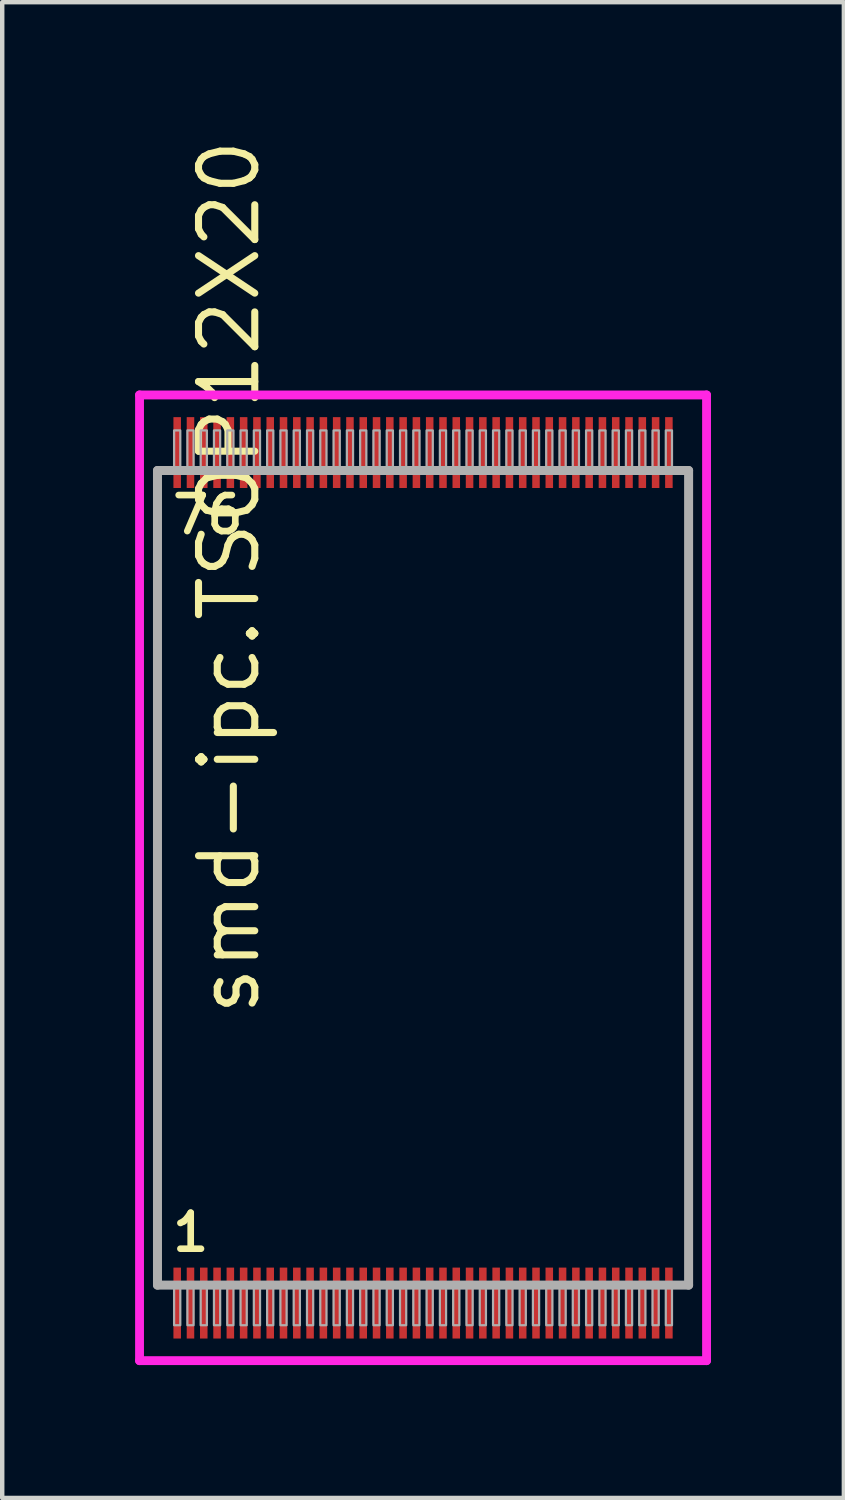
<source format=kicad_pcb>
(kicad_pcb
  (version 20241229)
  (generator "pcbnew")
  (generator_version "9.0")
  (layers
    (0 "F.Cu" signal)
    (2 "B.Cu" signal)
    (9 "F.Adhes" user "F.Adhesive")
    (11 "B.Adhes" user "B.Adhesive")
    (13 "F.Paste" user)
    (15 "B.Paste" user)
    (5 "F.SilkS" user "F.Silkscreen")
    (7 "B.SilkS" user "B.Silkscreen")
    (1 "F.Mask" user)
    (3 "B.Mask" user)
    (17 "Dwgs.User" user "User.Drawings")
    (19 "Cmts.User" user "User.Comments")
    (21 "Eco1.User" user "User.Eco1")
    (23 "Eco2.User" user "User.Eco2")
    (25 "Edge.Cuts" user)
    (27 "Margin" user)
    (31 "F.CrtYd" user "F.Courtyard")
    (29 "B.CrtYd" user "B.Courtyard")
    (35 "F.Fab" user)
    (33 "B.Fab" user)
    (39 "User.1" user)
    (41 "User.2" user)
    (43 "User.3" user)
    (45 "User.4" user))
  (footprint "smd-ipc.TSOP12X20"
    (layer "F.Cu")
    (at 6.5 16.766)
    (property "Reference" "smd-ipc.TSOP12X20" (at -3.635 3.175 90) (layer "F.SilkS") (effects (font (size 1.27 1.27) (thickness 0.16)) (justify left bottom)))
    (attr smd)
    (fp_line (start -6.4 -10.9) (end 6.4 -10.9) (stroke (width 0.2) (type default)) (layer "F.CrtYd"))
    (fp_line (start -6.4 10.9) (end -6.4 -10.9) (stroke (width 0.2) (type default)) (layer "F.CrtYd"))
    (fp_line (start 6.4 -10.9) (end 6.4 10.9) (stroke (width 0.2) (type default)) (layer "F.CrtYd"))
    (fp_line (start 6.4 10.9) (end -6.4 10.9) (stroke (width 0.2) (type default)) (layer "F.CrtYd"))
    (fp_line (start -5.995 -9.195) (end 5.995 -9.195) (stroke (width 0.203) (type default)) (layer "F.Fab"))
    (fp_line (start -5.995 9.195) (end -5.995 -9.195) (stroke (width 0.203) (type default)) (layer "F.Fab"))
    (fp_line (start 5.995 -9.195) (end 5.995 9.195) (stroke (width 0.203) (type default)) (layer "F.Fab"))
    (fp_line (start 5.995 9.195) (end -5.995 9.195) (stroke (width 0.203) (type default)) (layer "F.Fab"))
    (fp_rect (start -5.62 -9.25) (end -5.48 -10.1) (stroke (width 0.05) (type default)) (fill no) (layer "F.Fab"))
    (fp_rect (start -5.62 10.1) (end -5.48 9.25) (stroke (width 0.05) (type default)) (fill no) (layer "F.Fab"))
    (fp_rect (start -5.32 -9.25) (end -5.18 -10.1) (stroke (width 0.05) (type default)) (fill no) (layer "F.Fab"))
    (fp_rect (start -5.32 10.1) (end -5.18 9.25) (stroke (width 0.05) (type default)) (fill no) (layer "F.Fab"))
    (fp_rect (start -5.02 -9.25) (end -4.88 -10.1) (stroke (width 0.05) (type default)) (fill no) (layer "F.Fab"))
    (fp_rect (start -5.02 10.1) (end -4.88 9.25) (stroke (width 0.05) (type default)) (fill no) (layer "F.Fab"))
    (fp_rect (start -4.72 -9.25) (end -4.58 -10.1) (stroke (width 0.05) (type default)) (fill no) (layer "F.Fab"))
    (fp_rect (start -4.72 10.1) (end -4.58 9.25) (stroke (width 0.05) (type default)) (fill no) (layer "F.Fab"))
    (fp_rect (start -4.42 -9.25) (end -4.28 -10.1) (stroke (width 0.05) (type default)) (fill no) (layer "F.Fab"))
    (fp_rect (start -4.42 10.1) (end -4.28 9.25) (stroke (width 0.05) (type default)) (fill no) (layer "F.Fab"))
    (fp_rect (start -4.12 -9.25) (end -3.98 -10.1) (stroke (width 0.05) (type default)) (fill no) (layer "F.Fab"))
    (fp_rect (start -4.12 10.1) (end -3.98 9.25) (stroke (width 0.05) (type default)) (fill no) (layer "F.Fab"))
    (fp_rect (start -3.82 -9.25) (end -3.68 -10.1) (stroke (width 0.05) (type default)) (fill no) (layer "F.Fab"))
    (fp_rect (start -3.82 10.1) (end -3.68 9.25) (stroke (width 0.05) (type default)) (fill no) (layer "F.Fab"))
    (fp_rect (start -3.52 -9.25) (end -3.38 -10.1) (stroke (width 0.05) (type default)) (fill no) (layer "F.Fab"))
    (fp_rect (start -3.52 10.1) (end -3.38 9.25) (stroke (width 0.05) (type default)) (fill no) (layer "F.Fab"))
    (fp_rect (start -3.22 -9.25) (end -3.08 -10.1) (stroke (width 0.05) (type default)) (fill no) (layer "F.Fab"))
    (fp_rect (start -3.22 10.1) (end -3.08 9.25) (stroke (width 0.05) (type default)) (fill no) (layer "F.Fab"))
    (fp_rect (start -2.92 -9.25) (end -2.78 -10.1) (stroke (width 0.05) (type default)) (fill no) (layer "F.Fab"))
    (fp_rect (start -2.92 10.1) (end -2.78 9.25) (stroke (width 0.05) (type default)) (fill no) (layer "F.Fab"))
    (fp_rect (start -2.62 -9.25) (end -2.48 -10.1) (stroke (width 0.05) (type default)) (fill no) (layer "F.Fab"))
    (fp_rect (start -2.62 10.1) (end -2.48 9.25) (stroke (width 0.05) (type default)) (fill no) (layer "F.Fab"))
    (fp_rect (start -2.32 -9.25) (end -2.18 -10.1) (stroke (width 0.05) (type default)) (fill no) (layer "F.Fab"))
    (fp_rect (start -2.32 10.1) (end -2.18 9.25) (stroke (width 0.05) (type default)) (fill no) (layer "F.Fab"))
    (fp_rect (start -2.02 -9.25) (end -1.88 -10.1) (stroke (width 0.05) (type default)) (fill no) (layer "F.Fab"))
    (fp_rect (start -2.02 10.1) (end -1.88 9.25) (stroke (width 0.05) (type default)) (fill no) (layer "F.Fab"))
    (fp_rect (start -1.72 -9.25) (end -1.58 -10.1) (stroke (width 0.05) (type default)) (fill no) (layer "F.Fab"))
    (fp_rect (start -1.72 10.1) (end -1.58 9.25) (stroke (width 0.05) (type default)) (fill no) (layer "F.Fab"))
    (fp_rect (start -1.42 -9.25) (end -1.28 -10.1) (stroke (width 0.05) (type default)) (fill no) (layer "F.Fab"))
    (fp_rect (start -1.42 10.1) (end -1.28 9.25) (stroke (width 0.05) (type default)) (fill no) (layer "F.Fab"))
    (fp_rect (start -1.12 -9.25) (end -0.98 -10.1) (stroke (width 0.05) (type default)) (fill no) (layer "F.Fab"))
    (fp_rect (start -1.12 10.1) (end -0.98 9.25) (stroke (width 0.05) (type default)) (fill no) (layer "F.Fab"))
    (fp_rect (start -0.82 -9.25) (end -0.68 -10.1) (stroke (width 0.05) (type default)) (fill no) (layer "F.Fab"))
    (fp_rect (start -0.82 10.1) (end -0.68 9.25) (stroke (width 0.05) (type default)) (fill no) (layer "F.Fab"))
    (fp_rect (start -0.52 -9.25) (end -0.38 -10.1) (stroke (width 0.05) (type default)) (fill no) (layer "F.Fab"))
    (fp_rect (start -0.52 10.1) (end -0.38 9.25) (stroke (width 0.05) (type default)) (fill no) (layer "F.Fab"))
    (fp_rect (start -0.22 -9.25) (end -0.08 -10.1) (stroke (width 0.05) (type default)) (fill no) (layer "F.Fab"))
    (fp_rect (start -0.22 10.1) (end -0.08 9.25) (stroke (width 0.05) (type default)) (fill no) (layer "F.Fab"))
    (fp_rect (start 0.08 -9.25) (end 0.22 -10.1) (stroke (width 0.05) (type default)) (fill no) (layer "F.Fab"))
    (fp_rect (start 0.08 10.1) (end 0.22 9.25) (stroke (width 0.05) (type default)) (fill no) (layer "F.Fab"))
    (fp_rect (start 0.38 -9.25) (end 0.52 -10.1) (stroke (width 0.05) (type default)) (fill no) (layer "F.Fab"))
    (fp_rect (start 0.38 10.1) (end 0.52 9.25) (stroke (width 0.05) (type default)) (fill no) (layer "F.Fab"))
    (fp_rect (start 0.68 -9.25) (end 0.82 -10.1) (stroke (width 0.05) (type default)) (fill no) (layer "F.Fab"))
    (fp_rect (start 0.68 10.1) (end 0.82 9.25) (stroke (width 0.05) (type default)) (fill no) (layer "F.Fab"))
    (fp_rect (start 0.98 -9.25) (end 1.12 -10.1) (stroke (width 0.05) (type default)) (fill no) (layer "F.Fab"))
    (fp_rect (start 0.98 10.1) (end 1.12 9.25) (stroke (width 0.05) (type default)) (fill no) (layer "F.Fab"))
    (fp_rect (start 1.28 -9.25) (end 1.42 -10.1) (stroke (width 0.05) (type default)) (fill no) (layer "F.Fab"))
    (fp_rect (start 1.28 10.1) (end 1.42 9.25) (stroke (width 0.05) (type default)) (fill no) (layer "F.Fab"))
    (fp_rect (start 1.58 -9.25) (end 1.72 -10.1) (stroke (width 0.05) (type default)) (fill no) (layer "F.Fab"))
    (fp_rect (start 1.58 10.1) (end 1.72 9.25) (stroke (width 0.05) (type default)) (fill no) (layer "F.Fab"))
    (fp_rect (start 1.88 -9.25) (end 2.02 -10.1) (stroke (width 0.05) (type default)) (fill no) (layer "F.Fab"))
    (fp_rect (start 1.88 10.1) (end 2.02 9.25) (stroke (width 0.05) (type default)) (fill no) (layer "F.Fab"))
    (fp_rect (start 2.18 -9.25) (end 2.32 -10.1) (stroke (width 0.05) (type default)) (fill no) (layer "F.Fab"))
    (fp_rect (start 2.18 10.1) (end 2.32 9.25) (stroke (width 0.05) (type default)) (fill no) (layer "F.Fab"))
    (fp_rect (start 2.48 -9.25) (end 2.62 -10.1) (stroke (width 0.05) (type default)) (fill no) (layer "F.Fab"))
    (fp_rect (start 2.48 10.1) (end 2.62 9.25) (stroke (width 0.05) (type default)) (fill no) (layer "F.Fab"))
    (fp_rect (start 2.78 -9.25) (end 2.92 -10.1) (stroke (width 0.05) (type default)) (fill no) (layer "F.Fab"))
    (fp_rect (start 2.78 10.1) (end 2.92 9.25) (stroke (width 0.05) (type default)) (fill no) (layer "F.Fab"))
    (fp_rect (start 3.08 -9.25) (end 3.22 -10.1) (stroke (width 0.05) (type default)) (fill no) (layer "F.Fab"))
    (fp_rect (start 3.08 10.1) (end 3.22 9.25) (stroke (width 0.05) (type default)) (fill no) (layer "F.Fab"))
    (fp_rect (start 3.38 -9.25) (end 3.52 -10.1) (stroke (width 0.05) (type default)) (fill no) (layer "F.Fab"))
    (fp_rect (start 3.38 10.1) (end 3.52 9.25) (stroke (width 0.05) (type default)) (fill no) (layer "F.Fab"))
    (fp_rect (start 3.68 -9.25) (end 3.82 -10.1) (stroke (width 0.05) (type default)) (fill no) (layer "F.Fab"))
    (fp_rect (start 3.68 10.1) (end 3.82 9.25) (stroke (width 0.05) (type default)) (fill no) (layer "F.Fab"))
    (fp_rect (start 3.98 -9.25) (end 4.12 -10.1) (stroke (width 0.05) (type default)) (fill no) (layer "F.Fab"))
    (fp_rect (start 3.98 10.1) (end 4.12 9.25) (stroke (width 0.05) (type default)) (fill no) (layer "F.Fab"))
    (fp_rect (start 4.28 -9.25) (end 4.42 -10.1) (stroke (width 0.05) (type default)) (fill no) (layer "F.Fab"))
    (fp_rect (start 4.28 10.1) (end 4.42 9.25) (stroke (width 0.05) (type default)) (fill no) (layer "F.Fab"))
    (fp_rect (start 4.58 -9.25) (end 4.72 -10.1) (stroke (width 0.05) (type default)) (fill no) (layer "F.Fab"))
    (fp_rect (start 4.58 10.1) (end 4.72 9.25) (stroke (width 0.05) (type default)) (fill no) (layer "F.Fab"))
    (fp_rect (start 4.88 -9.25) (end 5.02 -10.1) (stroke (width 0.05) (type default)) (fill no) (layer "F.Fab"))
    (fp_rect (start 4.88 10.1) (end 5.02 9.25) (stroke (width 0.05) (type default)) (fill no) (layer "F.Fab"))
    (fp_rect (start 5.18 -9.25) (end 5.32 -10.1) (stroke (width 0.05) (type default)) (fill no) (layer "F.Fab"))
    (fp_rect (start 5.18 10.1) (end 5.32 9.25) (stroke (width 0.05) (type default)) (fill no) (layer "F.Fab"))
    (fp_rect (start 5.48 -9.25) (end 5.62 -10.1) (stroke (width 0.05) (type default)) (fill no) (layer "F.Fab"))
    (fp_rect (start 5.48 10.1) (end 5.62 9.25) (stroke (width 0.05) (type default)) (fill no) (layer "F.Fab"))
    (fp_text user "76" (at -5.731 -7.72 0) (layer "F.SilkS") (effects (font (size 0.813 0.813) (thickness 0.15)) (justify left bottom)))
    (fp_text user "1" (at -5.731 8.48 0) (layer "F.SilkS") (effects (font (size 0.813 0.813) (thickness 0.15)) (justify left bottom)))
    (pad "1" smd roundrect (at -5.55 9.6) (size 0.17 1.6) (layers "F.Cu" "F.Mask" "F.Paste") (roundrect_rratio 0.01))
    (pad "2" smd roundrect (at -5.25 9.6) (size 0.17 1.6) (layers "F.Cu" "F.Mask" "F.Paste") (roundrect_rratio 0.01))
    (pad "3" smd roundrect (at -4.95 9.6) (size 0.17 1.6) (layers "F.Cu" "F.Mask" "F.Paste") (roundrect_rratio 0.01))
    (pad "4" smd roundrect (at -4.65 9.6) (size 0.17 1.6) (layers "F.Cu" "F.Mask" "F.Paste") (roundrect_rratio 0.01))
    (pad "5" smd roundrect (at -4.35 9.6) (size 0.17 1.6) (layers "F.Cu" "F.Mask" "F.Paste") (roundrect_rratio 0.01))
    (pad "6" smd roundrect (at -4.05 9.6) (size 0.17 1.6) (layers "F.Cu" "F.Mask" "F.Paste") (roundrect_rratio 0.01))
    (pad "7" smd roundrect (at -3.75 9.6) (size 0.17 1.6) (layers "F.Cu" "F.Mask" "F.Paste") (roundrect_rratio 0.01))
    (pad "8" smd roundrect (at -3.45 9.6) (size 0.17 1.6) (layers "F.Cu" "F.Mask" "F.Paste") (roundrect_rratio 0.01))
    (pad "9" smd roundrect (at -3.15 9.6) (size 0.17 1.6) (layers "F.Cu" "F.Mask" "F.Paste") (roundrect_rratio 0.01))
    (pad "10" smd roundrect (at -2.85 9.6) (size 0.17 1.6) (layers "F.Cu" "F.Mask" "F.Paste") (roundrect_rratio 0.01))
    (pad "11" smd roundrect (at -2.55 9.6) (size 0.17 1.6) (layers "F.Cu" "F.Mask" "F.Paste") (roundrect_rratio 0.01))
    (pad "12" smd roundrect (at -2.25 9.6) (size 0.17 1.6) (layers "F.Cu" "F.Mask" "F.Paste") (roundrect_rratio 0.01))
    (pad "13" smd roundrect (at -1.95 9.6) (size 0.17 1.6) (layers "F.Cu" "F.Mask" "F.Paste") (roundrect_rratio 0.01))
    (pad "14" smd roundrect (at -1.65 9.6) (size 0.17 1.6) (layers "F.Cu" "F.Mask" "F.Paste") (roundrect_rratio 0.01))
    (pad "15" smd roundrect (at -1.35 9.6) (size 0.17 1.6) (layers "F.Cu" "F.Mask" "F.Paste") (roundrect_rratio 0.01))
    (pad "16" smd roundrect (at -1.05 9.6) (size 0.17 1.6) (layers "F.Cu" "F.Mask" "F.Paste") (roundrect_rratio 0.01))
    (pad "17" smd roundrect (at -0.75 9.6) (size 0.17 1.6) (layers "F.Cu" "F.Mask" "F.Paste") (roundrect_rratio 0.01))
    (pad "18" smd roundrect (at -0.45 9.6) (size 0.17 1.6) (layers "F.Cu" "F.Mask" "F.Paste") (roundrect_rratio 0.01))
    (pad "19" smd roundrect (at -0.15 9.6) (size 0.17 1.6) (layers "F.Cu" "F.Mask" "F.Paste") (roundrect_rratio 0.01))
    (pad "20" smd roundrect (at 0.15 9.6) (size 0.17 1.6) (layers "F.Cu" "F.Mask" "F.Paste") (roundrect_rratio 0.01))
    (pad "21" smd roundrect (at 0.45 9.6) (size 0.17 1.6) (layers "F.Cu" "F.Mask" "F.Paste") (roundrect_rratio 0.01))
    (pad "22" smd roundrect (at 0.75 9.6) (size 0.17 1.6) (layers "F.Cu" "F.Mask" "F.Paste") (roundrect_rratio 0.01))
    (pad "23" smd roundrect (at 1.05 9.6) (size 0.17 1.6) (layers "F.Cu" "F.Mask" "F.Paste") (roundrect_rratio 0.01))
    (pad "24" smd roundrect (at 1.35 9.6) (size 0.17 1.6) (layers "F.Cu" "F.Mask" "F.Paste") (roundrect_rratio 0.01))
    (pad "25" smd roundrect (at 1.65 9.6) (size 0.17 1.6) (layers "F.Cu" "F.Mask" "F.Paste") (roundrect_rratio 0.01))
    (pad "26" smd roundrect (at 1.95 9.6) (size 0.17 1.6) (layers "F.Cu" "F.Mask" "F.Paste") (roundrect_rratio 0.01))
    (pad "27" smd roundrect (at 2.25 9.6) (size 0.17 1.6) (layers "F.Cu" "F.Mask" "F.Paste") (roundrect_rratio 0.01))
    (pad "28" smd roundrect (at 2.55 9.6) (size 0.17 1.6) (layers "F.Cu" "F.Mask" "F.Paste") (roundrect_rratio 0.01))
    (pad "29" smd roundrect (at 2.85 9.6) (size 0.17 1.6) (layers "F.Cu" "F.Mask" "F.Paste") (roundrect_rratio 0.01))
    (pad "30" smd roundrect (at 3.15 9.6) (size 0.17 1.6) (layers "F.Cu" "F.Mask" "F.Paste") (roundrect_rratio 0.01))
    (pad "31" smd roundrect (at 3.45 9.6) (size 0.17 1.6) (layers "F.Cu" "F.Mask" "F.Paste") (roundrect_rratio 0.01))
    (pad "32" smd roundrect (at 3.75 9.6) (size 0.17 1.6) (layers "F.Cu" "F.Mask" "F.Paste") (roundrect_rratio 0.01))
    (pad "33" smd roundrect (at 4.05 9.6) (size 0.17 1.6) (layers "F.Cu" "F.Mask" "F.Paste") (roundrect_rratio 0.01))
    (pad "34" smd roundrect (at 4.35 9.6) (size 0.17 1.6) (layers "F.Cu" "F.Mask" "F.Paste") (roundrect_rratio 0.01))
    (pad "35" smd roundrect (at 4.65 9.6) (size 0.17 1.6) (layers "F.Cu" "F.Mask" "F.Paste") (roundrect_rratio 0.01))
    (pad "36" smd roundrect (at 4.95 9.6) (size 0.17 1.6) (layers "F.Cu" "F.Mask" "F.Paste") (roundrect_rratio 0.01))
    (pad "37" smd roundrect (at 5.25 9.6) (size 0.17 1.6) (layers "F.Cu" "F.Mask" "F.Paste") (roundrect_rratio 0.01))
    (pad "38" smd roundrect (at 5.55 9.6) (size 0.17 1.6) (layers "F.Cu" "F.Mask" "F.Paste") (roundrect_rratio 0.01))
    (pad "39" smd roundrect (at 5.55 -9.6) (size 0.17 1.6) (layers "F.Cu" "F.Mask" "F.Paste") (roundrect_rratio 0.01))
    (pad "40" smd roundrect (at 5.25 -9.6) (size 0.17 1.6) (layers "F.Cu" "F.Mask" "F.Paste") (roundrect_rratio 0.01))
    (pad "41" smd roundrect (at 4.95 -9.6) (size 0.17 1.6) (layers "F.Cu" "F.Mask" "F.Paste") (roundrect_rratio 0.01))
    (pad "42" smd roundrect (at 4.65 -9.6) (size 0.17 1.6) (layers "F.Cu" "F.Mask" "F.Paste") (roundrect_rratio 0.01))
    (pad "43" smd roundrect (at 4.35 -9.6) (size 0.17 1.6) (layers "F.Cu" "F.Mask" "F.Paste") (roundrect_rratio 0.01))
    (pad "44" smd roundrect (at 4.05 -9.6) (size 0.17 1.6) (layers "F.Cu" "F.Mask" "F.Paste") (roundrect_rratio 0.01))
    (pad "45" smd roundrect (at 3.75 -9.6) (size 0.17 1.6) (layers "F.Cu" "F.Mask" "F.Paste") (roundrect_rratio 0.01))
    (pad "46" smd roundrect (at 3.45 -9.6) (size 0.17 1.6) (layers "F.Cu" "F.Mask" "F.Paste") (roundrect_rratio 0.01))
    (pad "47" smd roundrect (at 3.15 -9.6) (size 0.17 1.6) (layers "F.Cu" "F.Mask" "F.Paste") (roundrect_rratio 0.01))
    (pad "48" smd roundrect (at 2.85 -9.6) (size 0.17 1.6) (layers "F.Cu" "F.Mask" "F.Paste") (roundrect_rratio 0.01))
    (pad "49" smd roundrect (at 2.55 -9.6) (size 0.17 1.6) (layers "F.Cu" "F.Mask" "F.Paste") (roundrect_rratio 0.01))
    (pad "50" smd roundrect (at 2.25 -9.6) (size 0.17 1.6) (layers "F.Cu" "F.Mask" "F.Paste") (roundrect_rratio 0.01))
    (pad "51" smd roundrect (at 1.95 -9.6) (size 0.17 1.6) (layers "F.Cu" "F.Mask" "F.Paste") (roundrect_rratio 0.01))
    (pad "52" smd roundrect (at 1.65 -9.6) (size 0.17 1.6) (layers "F.Cu" "F.Mask" "F.Paste") (roundrect_rratio 0.01))
    (pad "53" smd roundrect (at 1.35 -9.6) (size 0.17 1.6) (layers "F.Cu" "F.Mask" "F.Paste") (roundrect_rratio 0.01))
    (pad "54" smd roundrect (at 1.05 -9.6) (size 0.17 1.6) (layers "F.Cu" "F.Mask" "F.Paste") (roundrect_rratio 0.01))
    (pad "55" smd roundrect (at 0.75 -9.6) (size 0.17 1.6) (layers "F.Cu" "F.Mask" "F.Paste") (roundrect_rratio 0.01))
    (pad "56" smd roundrect (at 0.45 -9.6) (size 0.17 1.6) (layers "F.Cu" "F.Mask" "F.Paste") (roundrect_rratio 0.01))
    (pad "57" smd roundrect (at 0.15 -9.6) (size 0.17 1.6) (layers "F.Cu" "F.Mask" "F.Paste") (roundrect_rratio 0.01))
    (pad "58" smd roundrect (at -0.15 -9.6) (size 0.17 1.6) (layers "F.Cu" "F.Mask" "F.Paste") (roundrect_rratio 0.01))
    (pad "59" smd roundrect (at -0.45 -9.6) (size 0.17 1.6) (layers "F.Cu" "F.Mask" "F.Paste") (roundrect_rratio 0.01))
    (pad "60" smd roundrect (at -0.75 -9.6) (size 0.17 1.6) (layers "F.Cu" "F.Mask" "F.Paste") (roundrect_rratio 0.01))
    (pad "61" smd roundrect (at -1.05 -9.6) (size 0.17 1.6) (layers "F.Cu" "F.Mask" "F.Paste") (roundrect_rratio 0.01))
    (pad "62" smd roundrect (at -1.35 -9.6) (size 0.17 1.6) (layers "F.Cu" "F.Mask" "F.Paste") (roundrect_rratio 0.01))
    (pad "63" smd roundrect (at -1.65 -9.6) (size 0.17 1.6) (layers "F.Cu" "F.Mask" "F.Paste") (roundrect_rratio 0.01))
    (pad "64" smd roundrect (at -1.95 -9.6) (size 0.17 1.6) (layers "F.Cu" "F.Mask" "F.Paste") (roundrect_rratio 0.01))
    (pad "65" smd roundrect (at -2.25 -9.6) (size 0.17 1.6) (layers "F.Cu" "F.Mask" "F.Paste") (roundrect_rratio 0.01))
    (pad "66" smd roundrect (at -2.55 -9.6) (size 0.17 1.6) (layers "F.Cu" "F.Mask" "F.Paste") (roundrect_rratio 0.01))
    (pad "67" smd roundrect (at -2.85 -9.6) (size 0.17 1.6) (layers "F.Cu" "F.Mask" "F.Paste") (roundrect_rratio 0.01))
    (pad "68" smd roundrect (at -3.15 -9.6) (size 0.17 1.6) (layers "F.Cu" "F.Mask" "F.Paste") (roundrect_rratio 0.01))
    (pad "69" smd roundrect (at -3.45 -9.6) (size 0.17 1.6) (layers "F.Cu" "F.Mask" "F.Paste") (roundrect_rratio 0.01))
    (pad "70" smd roundrect (at -3.75 -9.6) (size 0.17 1.6) (layers "F.Cu" "F.Mask" "F.Paste") (roundrect_rratio 0.01))
    (pad "71" smd roundrect (at -4.05 -9.6) (size 0.17 1.6) (layers "F.Cu" "F.Mask" "F.Paste") (roundrect_rratio 0.01))
    (pad "72" smd roundrect (at -4.35 -9.6) (size 0.17 1.6) (layers "F.Cu" "F.Mask" "F.Paste") (roundrect_rratio 0.01))
    (pad "73" smd roundrect (at -4.65 -9.6) (size 0.17 1.6) (layers "F.Cu" "F.Mask" "F.Paste") (roundrect_rratio 0.01))
    (pad "74" smd roundrect (at -4.95 -9.6) (size 0.17 1.6) (layers "F.Cu" "F.Mask" "F.Paste") (roundrect_rratio 0.01))
    (pad "75" smd roundrect (at -5.25 -9.6) (size 0.17 1.6) (layers "F.Cu" "F.Mask" "F.Paste") (roundrect_rratio 0.01))
    (pad "76" smd roundrect (at -5.55 -9.6) (size 0.17 1.6) (layers "F.Cu" "F.Mask" "F.Paste") (roundrect_rratio 0.01)))
  (gr_rect
    (start -3 -3)
    (end 16 30.766)
    (stroke (width 0.1) (type default))
    (fill no)
    (layer "Edge.Cuts")))
</source>
